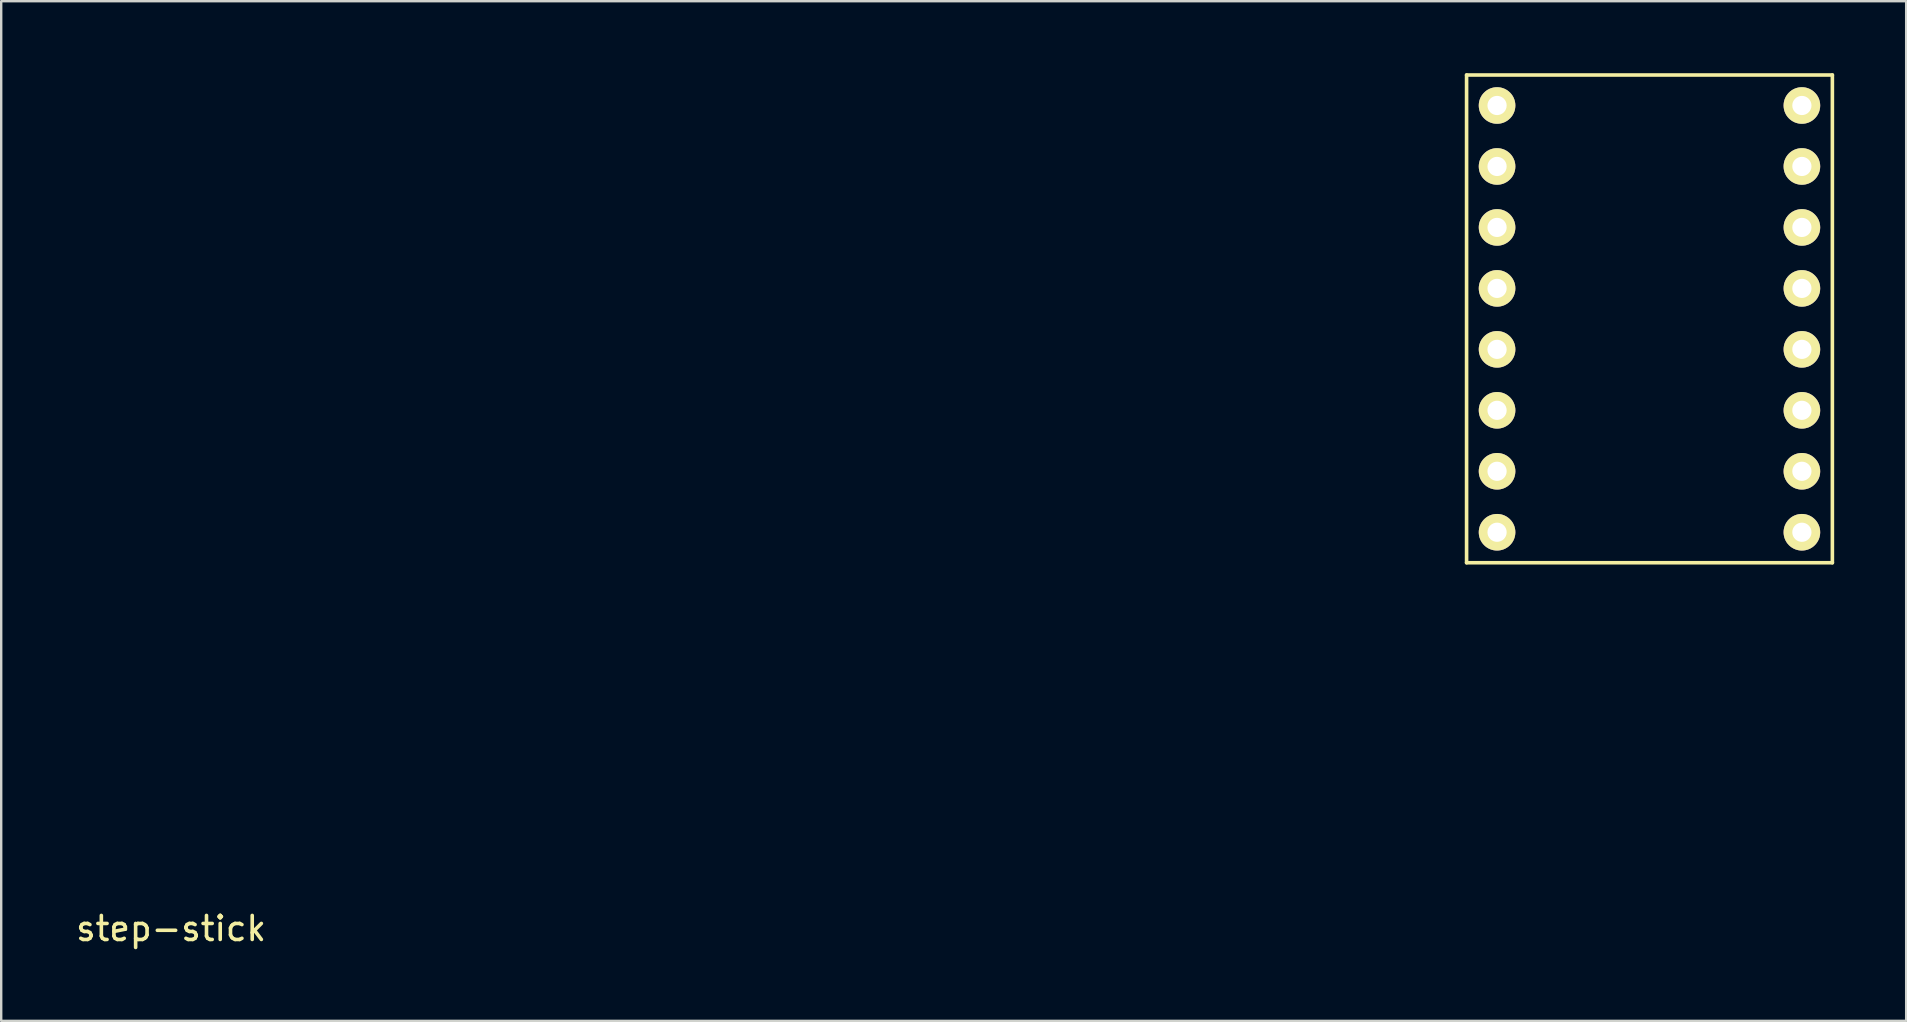
<source format=kicad_pcb>
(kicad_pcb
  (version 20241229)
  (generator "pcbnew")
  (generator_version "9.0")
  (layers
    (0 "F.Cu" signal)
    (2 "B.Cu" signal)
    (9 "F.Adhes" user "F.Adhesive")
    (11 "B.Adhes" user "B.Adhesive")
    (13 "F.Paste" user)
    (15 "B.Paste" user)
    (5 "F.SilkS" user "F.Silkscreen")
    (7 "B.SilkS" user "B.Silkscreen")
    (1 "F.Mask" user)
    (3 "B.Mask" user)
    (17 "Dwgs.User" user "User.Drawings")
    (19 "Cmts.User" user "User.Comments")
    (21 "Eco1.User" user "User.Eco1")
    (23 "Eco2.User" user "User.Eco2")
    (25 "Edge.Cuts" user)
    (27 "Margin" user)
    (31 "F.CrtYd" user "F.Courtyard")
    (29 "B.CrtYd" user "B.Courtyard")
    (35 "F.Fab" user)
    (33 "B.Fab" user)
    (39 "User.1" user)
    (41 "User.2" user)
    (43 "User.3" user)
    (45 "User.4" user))
  (footprint "step-stick"
    (layer "F.Cu")
    (at 65.672 8.965)
    (property "Reference" "step-stick" (at -61.595 26.67 0) (layer "F.SilkS") (effects (font (size 1 1) (thickness 0.15))))
    (attr through_hole)
    (fp_line (start -7.62 -8.89) (end -7.62 11.43) (stroke (width 0.15) (type solid)) (layer "F.SilkS"))
    (fp_line (start -7.62 11.43) (end 7.62 11.43) (stroke (width 0.15) (type solid)) (layer "F.SilkS"))
    (fp_line (start 7.62 -8.89) (end -7.62 -8.89) (stroke (width 0.15) (type solid)) (layer "F.SilkS"))
    (fp_line (start 7.62 11.43) (end 7.62 -8.89) (stroke (width 0.15) (type solid)) (layer "F.SilkS"))
    (pad "1" thru_hole circle (at -6.35 -7.62) (size 1.524 1.524) (drill 0.8) (layers "*.Cu" "*.Mask" "F.SilkS"))
    (pad "2" thru_hole circle (at -6.35 -5.08) (size 1.524 1.524) (drill 0.8) (layers "*.Cu" "*.Mask" "F.SilkS"))
    (pad "3" thru_hole circle (at -6.35 -2.54) (size 1.524 1.524) (drill 0.8) (layers "*.Cu" "*.Mask" "F.SilkS"))
    (pad "4" thru_hole circle (at -6.35 0) (size 1.524 1.524) (drill 0.8) (layers "*.Cu" "*.Mask" "F.SilkS"))
    (pad "5" thru_hole circle (at -6.35 2.54) (size 1.524 1.524) (drill 0.8) (layers "*.Cu" "*.Mask" "F.SilkS"))
    (pad "6" thru_hole circle (at -6.35 5.08) (size 1.524 1.524) (drill 0.8) (layers "*.Cu" "*.Mask" "F.SilkS"))
    (pad "7" thru_hole circle (at -6.35 7.62) (size 1.524 1.524) (drill 0.8) (layers "*.Cu" "*.Mask" "F.SilkS"))
    (pad "8" thru_hole circle (at -6.35 10.16) (size 1.524 1.524) (drill 0.8) (layers "*.Cu" "*.Mask" "F.SilkS"))
    (pad "9" thru_hole circle (at 6.35 10.16) (size 1.524 1.524) (drill 0.8) (layers "*.Cu" "*.Mask" "F.SilkS"))
    (pad "10" thru_hole circle (at 6.35 7.62) (size 1.524 1.524) (drill 0.8) (layers "*.Cu" "*.Mask" "F.SilkS"))
    (pad "11" thru_hole circle (at 6.35 5.08) (size 1.524 1.524) (drill 0.8) (layers "*.Cu" "*.Mask" "F.SilkS"))
    (pad "12" thru_hole circle (at 6.35 2.54) (size 1.524 1.524) (drill 0.8) (layers "*.Cu" "*.Mask" "F.SilkS"))
    (pad "13" thru_hole circle (at 6.35 0) (size 1.524 1.524) (drill 0.8) (layers "*.Cu" "*.Mask" "F.SilkS"))
    (pad "14" thru_hole circle (at 6.35 -2.54) (size 1.524 1.524) (drill 0.8) (layers "*.Cu" "*.Mask" "F.SilkS"))
    (pad "15" thru_hole circle (at 6.35 -5.08) (size 1.524 1.524) (drill 0.8) (layers "*.Cu" "*.Mask" "F.SilkS"))
    (pad "16" thru_hole circle (at 6.35 -7.62) (size 1.524 1.524) (drill 0.8) (layers "*.Cu" "*.Mask" "F.SilkS")))
  (gr_rect
    (start -3 -3)
    (end 76.367 39.483)
    (stroke (width 0.1) (type default))
    (fill no)
    (layer "Edge.Cuts")))
</source>
